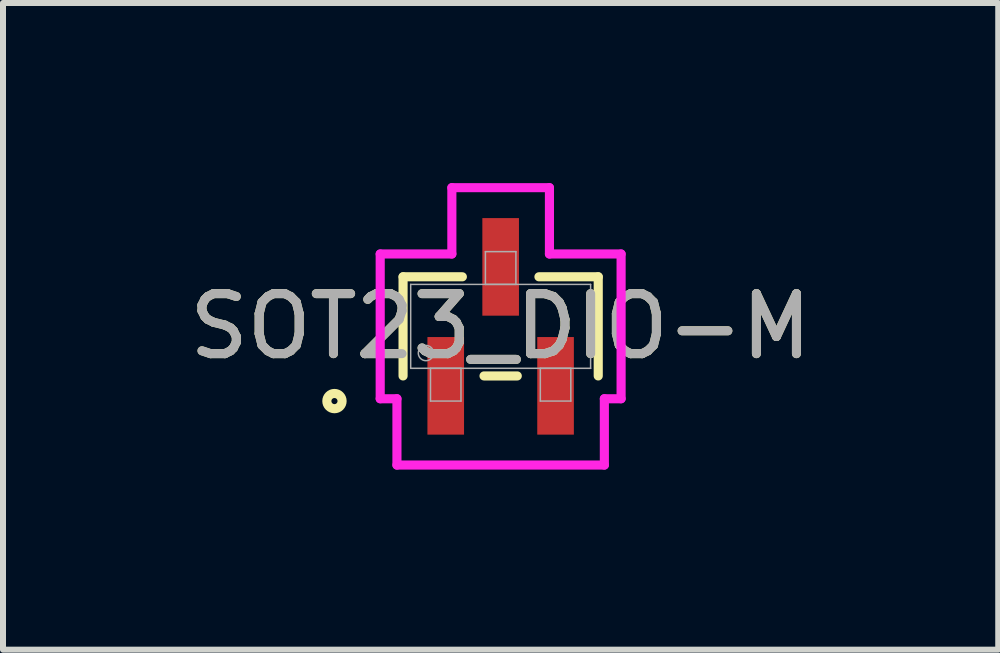
<source format=kicad_pcb>
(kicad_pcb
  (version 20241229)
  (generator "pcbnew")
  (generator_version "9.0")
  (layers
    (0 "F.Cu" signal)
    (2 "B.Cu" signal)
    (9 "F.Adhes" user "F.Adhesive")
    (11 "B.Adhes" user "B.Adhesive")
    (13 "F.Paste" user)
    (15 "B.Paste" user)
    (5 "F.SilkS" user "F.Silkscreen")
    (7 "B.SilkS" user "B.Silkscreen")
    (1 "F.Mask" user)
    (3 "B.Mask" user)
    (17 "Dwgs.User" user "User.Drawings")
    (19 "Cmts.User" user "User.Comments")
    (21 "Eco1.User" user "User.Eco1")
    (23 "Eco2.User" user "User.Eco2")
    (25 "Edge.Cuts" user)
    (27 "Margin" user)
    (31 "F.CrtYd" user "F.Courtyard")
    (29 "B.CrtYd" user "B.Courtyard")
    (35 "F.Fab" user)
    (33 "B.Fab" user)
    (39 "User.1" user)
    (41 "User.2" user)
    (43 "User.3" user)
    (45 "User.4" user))
  (footprint "SOT23_DIO-M"
    (layer "F.Cu")
    (at 5.292 2.388)
    (property "Reference" "SOT23_DIO-M" (at 0 0 0) (unlocked yes) (layer "F.SilkS") (effects (font (size 1 1) (thickness 0.15))))
    (attr smd)
    (fp_line (start -1.626 -0.826) (end -1.626 0.826) (stroke (width 0.152) (type solid)) (layer "F.SilkS"))
    (fp_line (start -0.638 -0.826) (end -1.626 -0.826) (stroke (width 0.152) (type solid)) (layer "F.SilkS"))
    (fp_line (start -0.277 0.826) (end 0.277 0.826) (stroke (width 0.152) (type solid)) (layer "F.SilkS"))
    (fp_line (start 1.626 -0.826) (end 0.638 -0.826) (stroke (width 0.152) (type solid)) (layer "F.SilkS"))
    (fp_line (start 1.626 0.826) (end 1.626 -0.826) (stroke (width 0.152) (type solid)) (layer "F.SilkS"))
    (fp_circle (center -2.769 1.245) (end -2.642 1.245) (stroke (width 0.152) (type solid)) (fill no) (layer "F.SilkS"))
    (fp_line (start -2.007 -1.206) (end -0.813 -1.206) (stroke (width 0.152) (type solid)) (layer "F.CrtYd"))
    (fp_line (start -2.007 1.206) (end -2.007 -1.206) (stroke (width 0.152) (type solid)) (layer "F.CrtYd"))
    (fp_line (start -2.007 1.206) (end -1.728 1.206) (stroke (width 0.152) (type solid)) (layer "F.CrtYd"))
    (fp_line (start -1.728 1.206) (end -1.728 2.311) (stroke (width 0.152) (type solid)) (layer "F.CrtYd"))
    (fp_line (start -1.728 2.311) (end 1.728 2.311) (stroke (width 0.152) (type solid)) (layer "F.CrtYd"))
    (fp_line (start -0.813 -2.311) (end 0.813 -2.311) (stroke (width 0.152) (type solid)) (layer "F.CrtYd"))
    (fp_line (start -0.813 -1.206) (end -0.813 -2.311) (stroke (width 0.152) (type solid)) (layer "F.CrtYd"))
    (fp_line (start 0.813 -1.206) (end 0.813 -2.311) (stroke (width 0.152) (type solid)) (layer "F.CrtYd"))
    (fp_line (start 1.728 1.206) (end 1.728 2.311) (stroke (width 0.152) (type solid)) (layer "F.CrtYd"))
    (fp_line (start 2.007 -1.206) (end 0.813 -1.206) (stroke (width 0.152) (type solid)) (layer "F.CrtYd"))
    (fp_line (start 2.007 -1.206) (end 2.007 1.206) (stroke (width 0.152) (type solid)) (layer "F.CrtYd"))
    (fp_line (start 2.007 1.206) (end 1.728 1.206) (stroke (width 0.152) (type solid)) (layer "F.CrtYd"))
    (fp_line (start -1.499 -0.699) (end -1.499 0.699) (stroke (width 0.025) (type solid)) (layer "F.Fab"))
    (fp_line (start -1.499 0.699) (end 1.499 0.699) (stroke (width 0.025) (type solid)) (layer "F.Fab"))
    (fp_line (start -1.169 0.699) (end -1.169 1.245) (stroke (width 0.025) (type solid)) (layer "F.Fab"))
    (fp_line (start -1.169 1.245) (end -0.661 1.245) (stroke (width 0.025) (type solid)) (layer "F.Fab"))
    (fp_line (start -0.661 0.699) (end -1.169 0.699) (stroke (width 0.025) (type solid)) (layer "F.Fab"))
    (fp_line (start -0.661 1.245) (end -0.661 0.699) (stroke (width 0.025) (type solid)) (layer "F.Fab"))
    (fp_line (start -0.254 -1.245) (end -0.254 -0.699) (stroke (width 0.025) (type solid)) (layer "F.Fab"))
    (fp_line (start -0.254 -0.699) (end 0.254 -0.699) (stroke (width 0.025) (type solid)) (layer "F.Fab"))
    (fp_line (start 0.254 -1.245) (end -0.254 -1.245) (stroke (width 0.025) (type solid)) (layer "F.Fab"))
    (fp_line (start 0.254 -0.699) (end 0.254 -1.245) (stroke (width 0.025) (type solid)) (layer "F.Fab"))
    (fp_line (start 0.661 0.699) (end 0.661 1.245) (stroke (width 0.025) (type solid)) (layer "F.Fab"))
    (fp_line (start 0.661 1.245) (end 1.169 1.245) (stroke (width 0.025) (type solid)) (layer "F.Fab"))
    (fp_line (start 1.169 0.699) (end 0.661 0.699) (stroke (width 0.025) (type solid)) (layer "F.Fab"))
    (fp_line (start 1.169 1.245) (end 1.169 0.699) (stroke (width 0.025) (type solid)) (layer "F.Fab"))
    (fp_line (start 1.499 -0.699) (end -1.499 -0.699) (stroke (width 0.025) (type solid)) (layer "F.Fab"))
    (fp_line (start 1.499 0.699) (end 1.499 -0.699) (stroke (width 0.025) (type solid)) (layer "F.Fab"))
    (fp_circle (center -1.245 0.445) (end -1.118 0.445) (stroke (width 0.025) (type solid)) (fill no) (layer "F.Fab"))
    (fp_text user "${REFERENCE}" (at 0 0 0) (unlocked yes) (layer "F.Fab") (effects (font (size 1 1) (thickness 0.15))))
    (pad "1" smd rect (at -0.915 0.991) (size 0.61 1.626) (layers "F.Cu" "F.Mask" "F.Paste"))
    (pad "2" smd rect (at 0.915 0.991) (size 0.61 1.626) (layers "F.Cu" "F.Mask" "F.Paste"))
    (pad "3" smd rect (at 0 -0.991) (size 0.61 1.626) (layers "F.Cu" "F.Mask" "F.Paste")))
  (gr_rect
    (start -3 -3)
    (end 13.583 7.775)
    (stroke (width 0.1) (type default))
    (fill no)
    (layer "Edge.Cuts")))
</source>
